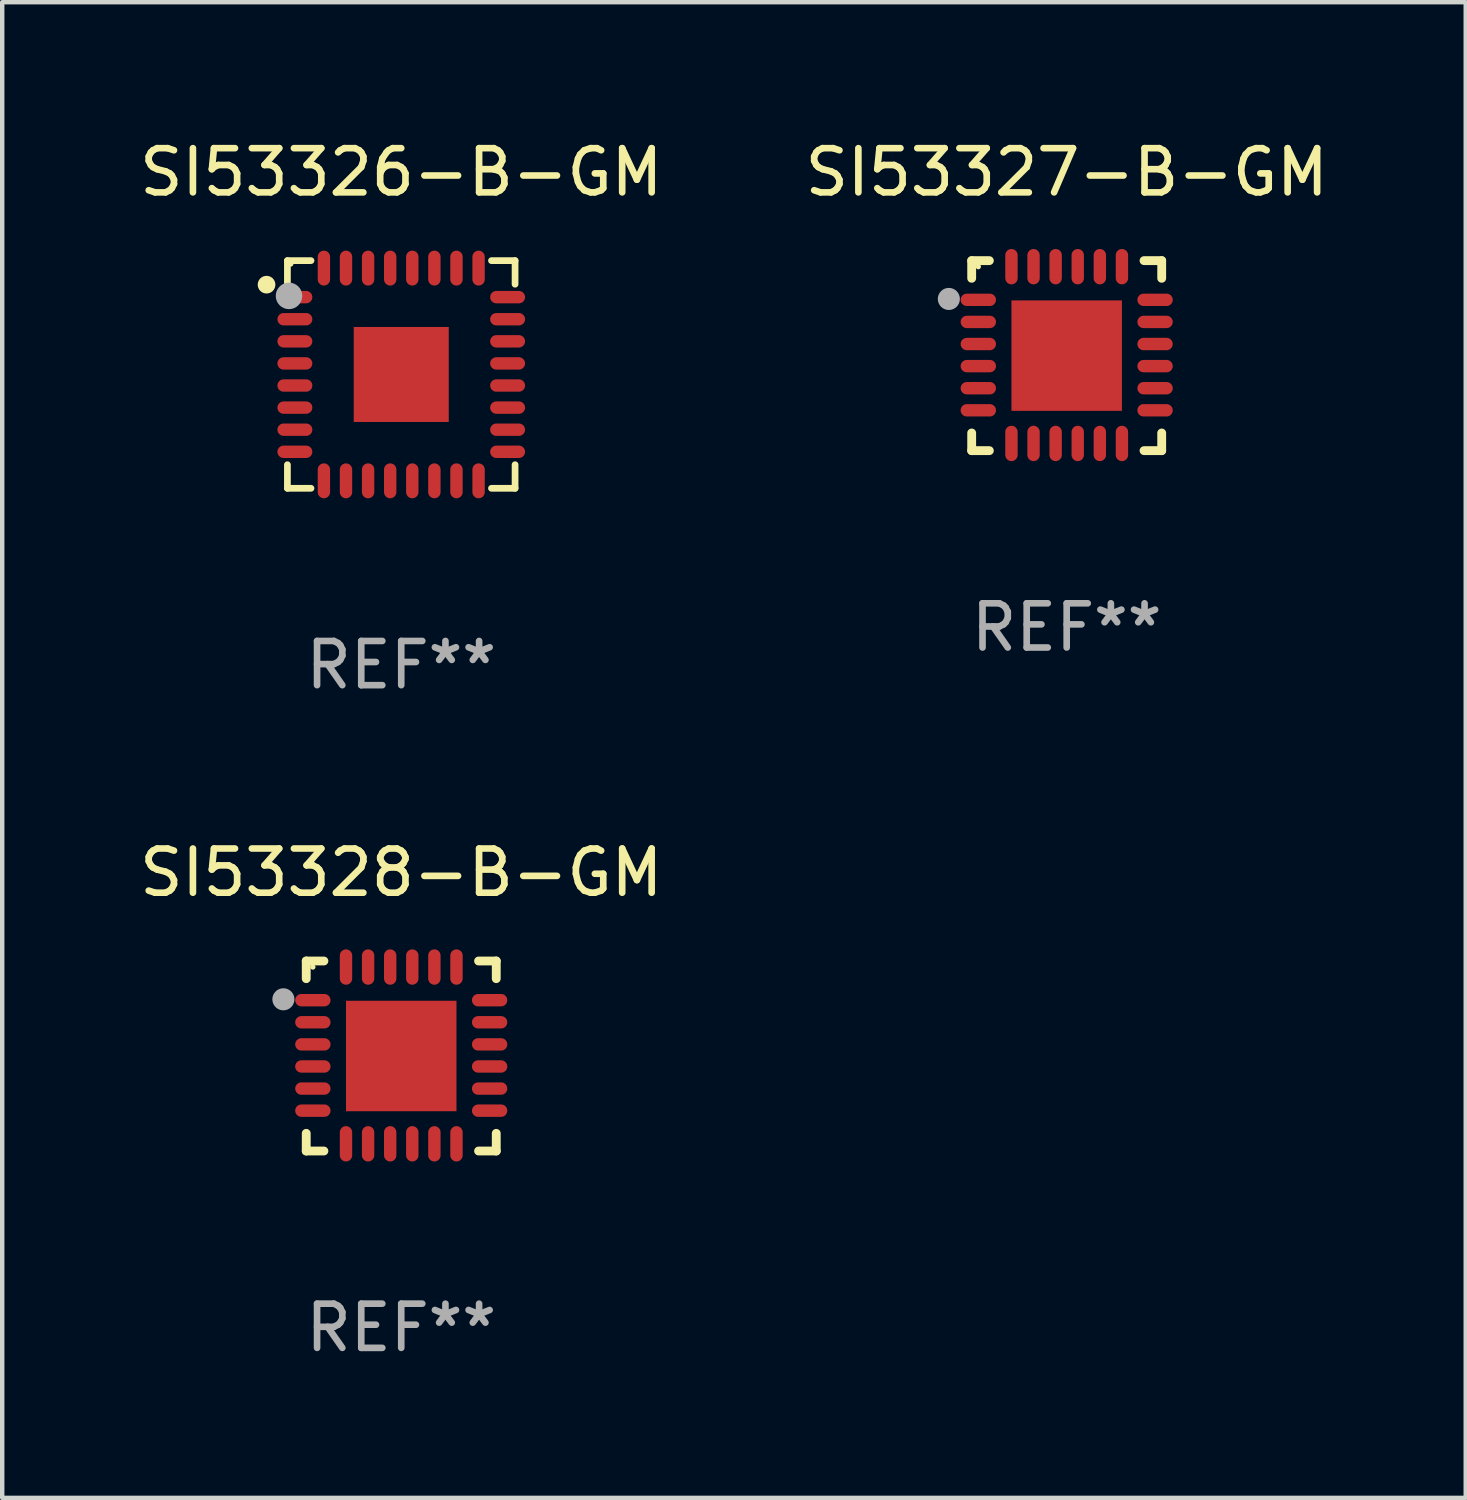
<source format=kicad_pcb>
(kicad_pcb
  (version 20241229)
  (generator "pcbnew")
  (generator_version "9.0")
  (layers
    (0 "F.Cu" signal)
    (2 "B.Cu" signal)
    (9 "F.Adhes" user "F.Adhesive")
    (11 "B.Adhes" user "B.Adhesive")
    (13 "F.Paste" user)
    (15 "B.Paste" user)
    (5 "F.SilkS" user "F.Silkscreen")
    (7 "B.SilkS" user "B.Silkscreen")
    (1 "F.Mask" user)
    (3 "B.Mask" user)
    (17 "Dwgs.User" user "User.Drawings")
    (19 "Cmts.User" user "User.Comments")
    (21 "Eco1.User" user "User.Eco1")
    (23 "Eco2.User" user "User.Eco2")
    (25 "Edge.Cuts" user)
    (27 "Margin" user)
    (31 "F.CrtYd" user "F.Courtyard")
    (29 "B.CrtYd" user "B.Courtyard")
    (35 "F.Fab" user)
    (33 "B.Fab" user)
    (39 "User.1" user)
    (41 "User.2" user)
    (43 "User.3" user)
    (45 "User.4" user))
  (footprint "SI53328-B-GM"
    (layer "F.Cu")
    (at 6.03 20.847)
    (property "Reference" "SI53328-B-GM" (at 0 -4.15 0) (layer "F.SilkS") (effects (font (size 1 1) (thickness 0.15))))
    (attr through_hole)
    (fp_line (start -2.15 -2.15) (end -1.75 -2.15) (stroke (width 0.2) (type solid)) (layer "F.SilkS"))
    (fp_line (start -2.15 -1.75) (end -2.15 -2.15) (stroke (width 0.2) (type solid)) (layer "F.SilkS"))
    (fp_line (start -2.15 2.15) (end -2.15 1.75) (stroke (width 0.2) (type solid)) (layer "F.SilkS"))
    (fp_line (start -1.75 2.15) (end -2.15 2.15) (stroke (width 0.2) (type solid)) (layer "F.SilkS"))
    (fp_line (start 1.75 -2.15) (end 2.15 -2.15) (stroke (width 0.2) (type solid)) (layer "F.SilkS"))
    (fp_line (start 1.75 2.15) (end 2.15 2.15) (stroke (width 0.2) (type solid)) (layer "F.SilkS"))
    (fp_line (start 2.15 -2.15) (end 2.15 -1.75) (stroke (width 0.2) (type solid)) (layer "F.SilkS"))
    (fp_line (start 2.15 2.15) (end 2.15 1.75) (stroke (width 0.2) (type solid)) (layer "F.SilkS"))
    (fp_circle (center -2 -2.013) (end -1.97 -2.013) (stroke (width 0.06) (type solid)) (fill no) (layer "F.SilkS"))
    (fp_circle (center -2.667 -1.283) (end -2.542 -1.283) (stroke (width 0.25) (type solid)) (fill no) (layer "F.Fab"))
    (fp_text user "REF**" (at 0 6.15 0) (layer "F.Fab") (effects (font (size 1 1) (thickness 0.15))))
    (pad "1" smd oval (at -2 -1.263) (size 0.8 0.28) (layers "F.Cu" "F.Mask" "F.Paste"))
    (pad "2" smd oval (at -2 -0.763) (size 0.8 0.28) (layers "F.Cu" "F.Mask" "F.Paste"))
    (pad "3" smd oval (at -2 -0.263) (size 0.8 0.28) (layers "F.Cu" "F.Mask" "F.Paste"))
    (pad "4" smd oval (at -2 0.237) (size 0.8 0.28) (layers "F.Cu" "F.Mask" "F.Paste"))
    (pad "5" smd oval (at -2 0.737) (size 0.8 0.28) (layers "F.Cu" "F.Mask" "F.Paste"))
    (pad "6" smd oval (at -2 1.237) (size 0.8 0.28) (layers "F.Cu" "F.Mask" "F.Paste"))
    (pad "7" smd oval (at -1.25 1.987) (size 0.28 0.8) (layers "F.Cu" "F.Mask" "F.Paste"))
    (pad "8" smd oval (at -0.75 1.987) (size 0.28 0.8) (layers "F.Cu" "F.Mask" "F.Paste"))
    (pad "9" smd oval (at -0.25 1.987) (size 0.28 0.8) (layers "F.Cu" "F.Mask" "F.Paste"))
    (pad "10" smd oval (at 0.25 1.987) (size 0.28 0.8) (layers "F.Cu" "F.Mask" "F.Paste"))
    (pad "11" smd oval (at 0.75 1.987) (size 0.28 0.8) (layers "F.Cu" "F.Mask" "F.Paste"))
    (pad "12" smd oval (at 1.25 1.987) (size 0.28 0.8) (layers "F.Cu" "F.Mask" "F.Paste"))
    (pad "13" smd oval (at 2 1.237) (size 0.8 0.28) (layers "F.Cu" "F.Mask" "F.Paste"))
    (pad "14" smd oval (at 2 0.737) (size 0.8 0.28) (layers "F.Cu" "F.Mask" "F.Paste"))
    (pad "15" smd oval (at 2 0.237) (size 0.8 0.28) (layers "F.Cu" "F.Mask" "F.Paste"))
    (pad "16" smd oval (at 2 -0.263) (size 0.8 0.28) (layers "F.Cu" "F.Mask" "F.Paste"))
    (pad "17" smd oval (at 2 -0.763) (size 0.8 0.28) (layers "F.Cu" "F.Mask" "F.Paste"))
    (pad "18" smd oval (at 2 -1.263) (size 0.8 0.28) (layers "F.Cu" "F.Mask" "F.Paste"))
    (pad "19" smd oval (at 1.25 -2.013) (size 0.28 0.8) (layers "F.Cu" "F.Mask" "F.Paste"))
    (pad "20" smd oval (at 0.75 -2.013) (size 0.28 0.8) (layers "F.Cu" "F.Mask" "F.Paste"))
    (pad "21" smd oval (at 0.25 -2.013) (size 0.28 0.8) (layers "F.Cu" "F.Mask" "F.Paste"))
    (pad "22" smd oval (at -0.25 -2.013) (size 0.28 0.8) (layers "F.Cu" "F.Mask" "F.Paste"))
    (pad "23" smd oval (at -0.75 -2.013) (size 0.28 0.8) (layers "F.Cu" "F.Mask" "F.Paste"))
    (pad "24" smd oval (at -1.25 -2.013) (size 0.28 0.8) (layers "F.Cu" "F.Mask" "F.Paste"))
    (pad "25" smd rect (at -0.000127 -0.00014) (size 2.5 2.5) (layers "F.Cu" "F.Mask" "F.Paste")))
  (footprint "SI53326-B-GM"
    (layer "F.Cu")
    (at 6.03 5.424)
    (property "Reference" "SI53326-B-GM" (at 0 -4.576 0) (layer "F.SilkS") (effects (font (size 1 1) (thickness 0.15))))
    (attr through_hole)
    (fp_line (start -2.576 -2.576) (end -2.042 -2.576) (stroke (width 0.152) (type solid)) (layer "F.SilkS"))
    (fp_line (start -2.576 -2.042) (end -2.576 -2.576) (stroke (width 0.152) (type solid)) (layer "F.SilkS"))
    (fp_line (start -2.576 2.042) (end -2.576 2.576) (stroke (width 0.152) (type solid)) (layer "F.SilkS"))
    (fp_line (start -2.576 2.576) (end -2.042 2.576) (stroke (width 0.152) (type solid)) (layer "F.SilkS"))
    (fp_line (start 2.576 -2.576) (end 2.042 -2.576) (stroke (width 0.152) (type solid)) (layer "F.SilkS"))
    (fp_line (start 2.576 -2.042) (end 2.576 -2.576) (stroke (width 0.152) (type solid)) (layer "F.SilkS"))
    (fp_line (start 2.576 2.042) (end 2.576 2.576) (stroke (width 0.152) (type solid)) (layer "F.SilkS"))
    (fp_line (start 2.576 2.576) (end 2.042 2.576) (stroke (width 0.152) (type solid)) (layer "F.SilkS"))
    (fp_circle (center -3.048 -2.032) (end -2.948 -2.032) (stroke (width 0.2) (type solid)) (fill no) (layer "F.SilkS"))
    (fp_circle (center -2.5 -2.5) (end -2.47 -2.5) (stroke (width 0.06) (type solid)) (fill no) (layer "F.SilkS"))
    (fp_circle (center -2.54 -1.778) (end -2.39 -1.778) (stroke (width 0.3) (type solid)) (fill no) (layer "F.Fab"))
    (fp_text user "REF**" (at 0 6.576 0) (layer "F.Fab") (effects (font (size 1 1) (thickness 0.15))))
    (pad "1" smd oval (at -2.407 -1.75) (size 0.79 0.28) (layers "F.Cu" "F.Mask" "F.Paste"))
    (pad "2" smd oval (at -2.407 -1.25) (size 0.79 0.28) (layers "F.Cu" "F.Mask" "F.Paste"))
    (pad "3" smd oval (at -2.407 -0.75) (size 0.79 0.28) (layers "F.Cu" "F.Mask" "F.Paste"))
    (pad "4" smd oval (at -2.407 -0.25) (size 0.79 0.28) (layers "F.Cu" "F.Mask" "F.Paste"))
    (pad "5" smd oval (at -2.407 0.25) (size 0.79 0.28) (layers "F.Cu" "F.Mask" "F.Paste"))
    (pad "6" smd oval (at -2.407 0.75) (size 0.79 0.28) (layers "F.Cu" "F.Mask" "F.Paste"))
    (pad "7" smd oval (at -2.407 1.25) (size 0.79 0.28) (layers "F.Cu" "F.Mask" "F.Paste"))
    (pad "8" smd oval (at -2.407 1.75) (size 0.79 0.28) (layers "F.Cu" "F.Mask" "F.Paste"))
    (pad "9" smd oval (at -1.75 2.407) (size 0.28 0.79) (layers "F.Cu" "F.Mask" "F.Paste"))
    (pad "10" smd oval (at -1.25 2.407) (size 0.28 0.79) (layers "F.Cu" "F.Mask" "F.Paste"))
    (pad "11" smd oval (at -0.75 2.407) (size 0.28 0.79) (layers "F.Cu" "F.Mask" "F.Paste"))
    (pad "12" smd oval (at -0.25 2.407) (size 0.28 0.79) (layers "F.Cu" "F.Mask" "F.Paste"))
    (pad "13" smd oval (at 0.25 2.407) (size 0.28 0.79) (layers "F.Cu" "F.Mask" "F.Paste"))
    (pad "14" smd oval (at 0.75 2.407) (size 0.28 0.79) (layers "F.Cu" "F.Mask" "F.Paste"))
    (pad "15" smd oval (at 1.25 2.407) (size 0.28 0.79) (layers "F.Cu" "F.Mask" "F.Paste"))
    (pad "16" smd oval (at 1.75 2.407) (size 0.28 0.79) (layers "F.Cu" "F.Mask" "F.Paste"))
    (pad "17" smd oval (at 2.407 1.75) (size 0.79 0.28) (layers "F.Cu" "F.Mask" "F.Paste"))
    (pad "18" smd oval (at 2.407 1.25) (size 0.79 0.28) (layers "F.Cu" "F.Mask" "F.Paste"))
    (pad "19" smd oval (at 2.407 0.75) (size 0.79 0.28) (layers "F.Cu" "F.Mask" "F.Paste"))
    (pad "20" smd oval (at 2.407 0.25) (size 0.79 0.28) (layers "F.Cu" "F.Mask" "F.Paste"))
    (pad "21" smd oval (at 2.407 -0.25) (size 0.79 0.28) (layers "F.Cu" "F.Mask" "F.Paste"))
    (pad "22" smd oval (at 2.407 -0.75) (size 0.79 0.28) (layers "F.Cu" "F.Mask" "F.Paste"))
    (pad "23" smd oval (at 2.407 -1.25) (size 0.79 0.28) (layers "F.Cu" "F.Mask" "F.Paste"))
    (pad "24" smd oval (at 2.407 -1.75) (size 0.79 0.28) (layers "F.Cu" "F.Mask" "F.Paste"))
    (pad "25" smd oval (at 1.75 -2.407) (size 0.28 0.79) (layers "F.Cu" "F.Mask" "F.Paste"))
    (pad "26" smd oval (at 1.25 -2.407) (size 0.28 0.79) (layers "F.Cu" "F.Mask" "F.Paste"))
    (pad "27" smd oval (at 0.75 -2.407) (size 0.28 0.79) (layers "F.Cu" "F.Mask" "F.Paste"))
    (pad "28" smd oval (at 0.25 -2.407) (size 0.28 0.79) (layers "F.Cu" "F.Mask" "F.Paste"))
    (pad "29" smd oval (at -0.25 -2.407) (size 0.28 0.79) (layers "F.Cu" "F.Mask" "F.Paste"))
    (pad "30" smd oval (at -0.75 -2.407) (size 0.28 0.79) (layers "F.Cu" "F.Mask" "F.Paste"))
    (pad "31" smd oval (at -1.25 -2.407) (size 0.28 0.79) (layers "F.Cu" "F.Mask" "F.Paste"))
    (pad "32" smd oval (at -1.75 -2.407) (size 0.28 0.79) (layers "F.Cu" "F.Mask" "F.Paste"))
    (pad "33" smd rect (at -0.000013 0.000013) (size 2.15 2.15) (layers "F.Cu" "F.Mask" "F.Paste")))
  (footprint "SI53327-B-GM"
    (layer "F.Cu")
    (at 21.089 4.998)
    (property "Reference" "SI53327-B-GM" (at 0 -4.15 0) (layer "F.SilkS") (effects (font (size 1 1) (thickness 0.15))))
    (attr through_hole)
    (fp_line (start -2.15 -2.15) (end -1.75 -2.15) (stroke (width 0.2) (type solid)) (layer "F.SilkS"))
    (fp_line (start -2.15 -1.75) (end -2.15 -2.15) (stroke (width 0.2) (type solid)) (layer "F.SilkS"))
    (fp_line (start -2.15 2.15) (end -2.15 1.75) (stroke (width 0.2) (type solid)) (layer "F.SilkS"))
    (fp_line (start -1.75 2.15) (end -2.15 2.15) (stroke (width 0.2) (type solid)) (layer "F.SilkS"))
    (fp_line (start 1.75 -2.15) (end 2.15 -2.15) (stroke (width 0.2) (type solid)) (layer "F.SilkS"))
    (fp_line (start 1.75 2.15) (end 2.15 2.15) (stroke (width 0.2) (type solid)) (layer "F.SilkS"))
    (fp_line (start 2.15 -2.15) (end 2.15 -1.75) (stroke (width 0.2) (type solid)) (layer "F.SilkS"))
    (fp_line (start 2.15 2.15) (end 2.15 1.75) (stroke (width 0.2) (type solid)) (layer "F.SilkS"))
    (fp_circle (center -2 -2.013) (end -1.97 -2.013) (stroke (width 0.06) (type solid)) (fill no) (layer "F.SilkS"))
    (fp_circle (center -2.667 -1.283) (end -2.542 -1.283) (stroke (width 0.25) (type solid)) (fill no) (layer "F.Fab"))
    (fp_text user "REF**" (at 0 6.15 0) (layer "F.Fab") (effects (font (size 1 1) (thickness 0.15))))
    (pad "1" smd oval (at -2 -1.263) (size 0.8 0.28) (layers "F.Cu" "F.Mask" "F.Paste"))
    (pad "2" smd oval (at -2 -0.763) (size 0.8 0.28) (layers "F.Cu" "F.Mask" "F.Paste"))
    (pad "3" smd oval (at -2 -0.263) (size 0.8 0.28) (layers "F.Cu" "F.Mask" "F.Paste"))
    (pad "4" smd oval (at -2 0.237) (size 0.8 0.28) (layers "F.Cu" "F.Mask" "F.Paste"))
    (pad "5" smd oval (at -2 0.737) (size 0.8 0.28) (layers "F.Cu" "F.Mask" "F.Paste"))
    (pad "6" smd oval (at -2 1.237) (size 0.8 0.28) (layers "F.Cu" "F.Mask" "F.Paste"))
    (pad "7" smd oval (at -1.25 1.987) (size 0.28 0.8) (layers "F.Cu" "F.Mask" "F.Paste"))
    (pad "8" smd oval (at -0.75 1.987) (size 0.28 0.8) (layers "F.Cu" "F.Mask" "F.Paste"))
    (pad "9" smd oval (at -0.25 1.987) (size 0.28 0.8) (layers "F.Cu" "F.Mask" "F.Paste"))
    (pad "10" smd oval (at 0.25 1.987) (size 0.28 0.8) (layers "F.Cu" "F.Mask" "F.Paste"))
    (pad "11" smd oval (at 0.75 1.987) (size 0.28 0.8) (layers "F.Cu" "F.Mask" "F.Paste"))
    (pad "12" smd oval (at 1.25 1.987) (size 0.28 0.8) (layers "F.Cu" "F.Mask" "F.Paste"))
    (pad "13" smd oval (at 2 1.237) (size 0.8 0.28) (layers "F.Cu" "F.Mask" "F.Paste"))
    (pad "14" smd oval (at 2 0.737) (size 0.8 0.28) (layers "F.Cu" "F.Mask" "F.Paste"))
    (pad "15" smd oval (at 2 0.237) (size 0.8 0.28) (layers "F.Cu" "F.Mask" "F.Paste"))
    (pad "16" smd oval (at 2 -0.263) (size 0.8 0.28) (layers "F.Cu" "F.Mask" "F.Paste"))
    (pad "17" smd oval (at 2 -0.763) (size 0.8 0.28) (layers "F.Cu" "F.Mask" "F.Paste"))
    (pad "18" smd oval (at 2 -1.263) (size 0.8 0.28) (layers "F.Cu" "F.Mask" "F.Paste"))
    (pad "19" smd oval (at 1.25 -2.013) (size 0.28 0.8) (layers "F.Cu" "F.Mask" "F.Paste"))
    (pad "20" smd oval (at 0.75 -2.013) (size 0.28 0.8) (layers "F.Cu" "F.Mask" "F.Paste"))
    (pad "21" smd oval (at 0.25 -2.013) (size 0.28 0.8) (layers "F.Cu" "F.Mask" "F.Paste"))
    (pad "22" smd oval (at -0.25 -2.013) (size 0.28 0.8) (layers "F.Cu" "F.Mask" "F.Paste"))
    (pad "23" smd oval (at -0.75 -2.013) (size 0.28 0.8) (layers "F.Cu" "F.Mask" "F.Paste"))
    (pad "24" smd oval (at -1.25 -2.013) (size 0.28 0.8) (layers "F.Cu" "F.Mask" "F.Paste"))
    (pad "25" smd rect (at -0.000127 -0.00014) (size 2.5 2.5) (layers "F.Cu" "F.Mask" "F.Paste")))
  (gr_rect
    (start -3 -3)
    (end 30.119 30.846)
    (stroke (width 0.1) (type default))
    (fill no)
    (layer "Edge.Cuts")))
</source>
